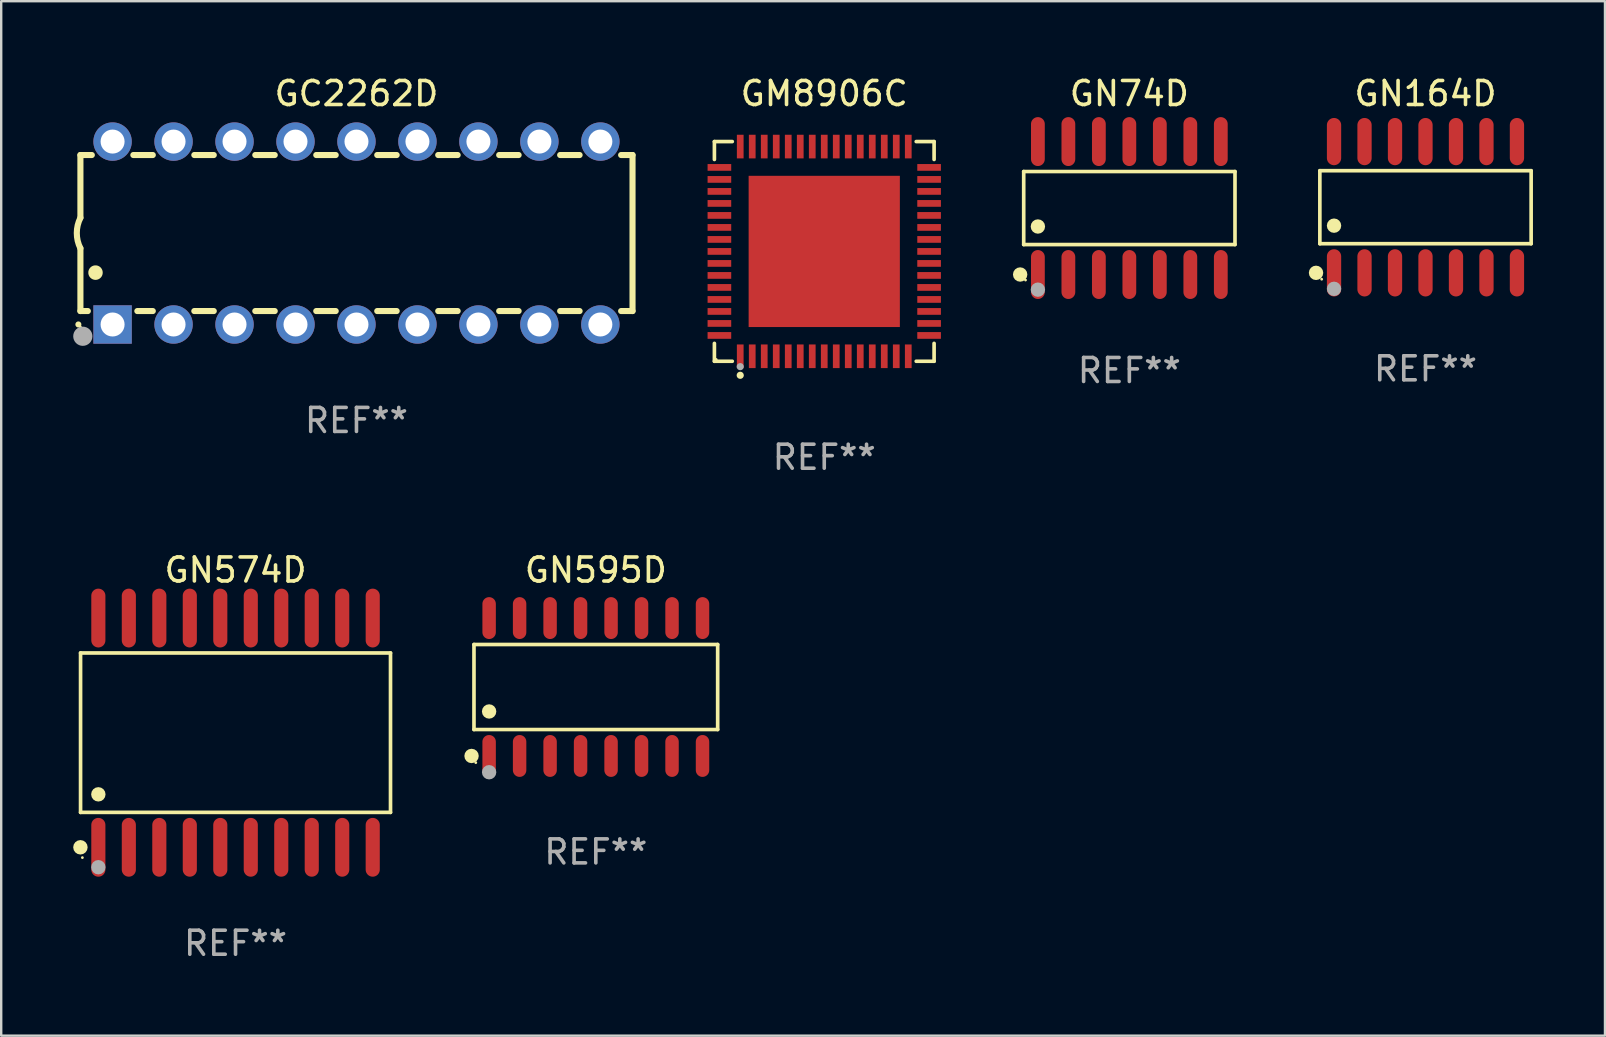
<source format=kicad_pcb>
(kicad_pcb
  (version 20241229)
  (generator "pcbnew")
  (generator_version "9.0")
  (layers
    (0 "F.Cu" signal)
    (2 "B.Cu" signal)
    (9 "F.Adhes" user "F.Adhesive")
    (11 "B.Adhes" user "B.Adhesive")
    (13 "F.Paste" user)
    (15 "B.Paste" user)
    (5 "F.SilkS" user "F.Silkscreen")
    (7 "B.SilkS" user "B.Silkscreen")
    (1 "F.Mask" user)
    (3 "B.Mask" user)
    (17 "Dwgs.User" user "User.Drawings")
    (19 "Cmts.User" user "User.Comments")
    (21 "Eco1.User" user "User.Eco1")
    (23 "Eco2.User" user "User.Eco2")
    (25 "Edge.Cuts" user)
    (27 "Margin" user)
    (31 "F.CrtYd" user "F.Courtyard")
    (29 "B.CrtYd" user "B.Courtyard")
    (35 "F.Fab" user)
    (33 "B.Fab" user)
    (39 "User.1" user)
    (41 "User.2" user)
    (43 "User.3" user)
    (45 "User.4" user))
  (footprint "GN164D"
    (layer "F.Cu")
    (at 56.334 5.582)
    (property "Reference" "GN164D" (at 0 -4.734 0) (layer "F.SilkS") (effects (font (size 1 1) (thickness 0.15))))
    (attr through_hole)
    (fp_line (start -4.401 -1.521) (end 4.401 -1.521) (stroke (width 0.152) (type solid)) (layer "F.SilkS"))
    (fp_line (start -4.401 1.521) (end -4.401 -1.521) (stroke (width 0.152) (type solid)) (layer "F.SilkS"))
    (fp_line (start 4.401 -1.521) (end 4.401 1.521) (stroke (width 0.152) (type solid)) (layer "F.SilkS"))
    (fp_line (start 4.401 1.521) (end -4.401 1.521) (stroke (width 0.152) (type solid)) (layer "F.SilkS"))
    (fp_circle (center -4.56 2.734) (end -4.41 2.734) (stroke (width 0.3) (type solid)) (fill no) (layer "F.SilkS"))
    (fp_circle (center -4.325 3) (end -4.295 3) (stroke (width 0.06) (type solid)) (fill no) (layer "F.SilkS"))
    (fp_circle (center -3.81 0.769) (end -3.66 0.769) (stroke (width 0.3) (type solid)) (fill no) (layer "F.SilkS"))
    (fp_circle (center -3.81 3.4) (end -3.66 3.4) (stroke (width 0.3) (type solid)) (fill no) (layer "F.Fab"))
    (fp_text user "REF**" (at 0 6.734 0) (layer "F.Fab") (effects (font (size 1 1) (thickness 0.15))))
    (pad "1" smd oval (at -3.81 2.734) (size 0.595 1.968) (layers "F.Cu" "F.Mask" "F.Paste"))
    (pad "2" smd oval (at -2.54 2.734) (size 0.595 1.968) (layers "F.Cu" "F.Mask" "F.Paste"))
    (pad "3" smd oval (at -1.27 2.734) (size 0.595 1.968) (layers "F.Cu" "F.Mask" "F.Paste"))
    (pad "4" smd oval (at 0 2.734) (size 0.595 1.968) (layers "F.Cu" "F.Mask" "F.Paste"))
    (pad "5" smd oval (at 1.27 2.734) (size 0.595 1.968) (layers "F.Cu" "F.Mask" "F.Paste"))
    (pad "6" smd oval (at 2.54 2.734) (size 0.595 1.968) (layers "F.Cu" "F.Mask" "F.Paste"))
    (pad "7" smd oval (at 3.81 2.734) (size 0.595 1.968) (layers "F.Cu" "F.Mask" "F.Paste"))
    (pad "8" smd oval (at 3.81 -2.734) (size 0.595 1.968) (layers "F.Cu" "F.Mask" "F.Paste"))
    (pad "9" smd oval (at 2.54 -2.734) (size 0.595 1.968) (layers "F.Cu" "F.Mask" "F.Paste"))
    (pad "10" smd oval (at 1.27 -2.734) (size 0.595 1.968) (layers "F.Cu" "F.Mask" "F.Paste"))
    (pad "11" smd oval (at 0 -2.734) (size 0.595 1.968) (layers "F.Cu" "F.Mask" "F.Paste"))
    (pad "12" smd oval (at -1.27 -2.734) (size 0.595 1.968) (layers "F.Cu" "F.Mask" "F.Paste"))
    (pad "13" smd oval (at -2.54 -2.734) (size 0.595 1.968) (layers "F.Cu" "F.Mask" "F.Paste"))
    (pad "14" smd oval (at -3.81 -2.734) (size 0.595 1.968) (layers "F.Cu" "F.Mask" "F.Paste")))
  (footprint "GN595D"
    (layer "F.Cu")
    (at 21.771 25.57)
    (property "Reference" "GN595D" (at 0 -4.872 0) (layer "F.SilkS") (effects (font (size 1 1) (thickness 0.15))))
    (attr through_hole)
    (fp_line (start -5.076 -1.771) (end 5.076 -1.771) (stroke (width 0.152) (type solid)) (layer "F.SilkS"))
    (fp_line (start -5.076 1.771) (end -5.076 -1.771) (stroke (width 0.152) (type solid)) (layer "F.SilkS"))
    (fp_line (start 5.076 -1.771) (end 5.076 1.771) (stroke (width 0.152) (type solid)) (layer "F.SilkS"))
    (fp_line (start 5.076 1.771) (end -5.076 1.771) (stroke (width 0.152) (type solid)) (layer "F.SilkS"))
    (fp_circle (center -5.177 2.872) (end -5.027 2.872) (stroke (width 0.3) (type solid)) (fill no) (layer "F.SilkS"))
    (fp_circle (center -5 3.15) (end -4.97 3.15) (stroke (width 0.06) (type solid)) (fill no) (layer "F.SilkS"))
    (fp_circle (center -4.445 1.019) (end -4.295 1.019) (stroke (width 0.3) (type solid)) (fill no) (layer "F.SilkS"))
    (fp_circle (center -4.445 3.55) (end -4.295 3.55) (stroke (width 0.3) (type solid)) (fill no) (layer "F.Fab"))
    (fp_text user "REF**" (at 0 6.872 0) (layer "F.Fab") (effects (font (size 1 1) (thickness 0.15))))
    (pad "1" smd oval (at -4.445 2.872) (size 0.56 1.745) (layers "F.Cu" "F.Mask" "F.Paste"))
    (pad "2" smd oval (at -3.175 2.872) (size 0.56 1.745) (layers "F.Cu" "F.Mask" "F.Paste"))
    (pad "3" smd oval (at -1.905 2.872) (size 0.56 1.745) (layers "F.Cu" "F.Mask" "F.Paste"))
    (pad "4" smd oval (at -0.635 2.872) (size 0.56 1.745) (layers "F.Cu" "F.Mask" "F.Paste"))
    (pad "5" smd oval (at 0.635 2.872) (size 0.56 1.745) (layers "F.Cu" "F.Mask" "F.Paste"))
    (pad "6" smd oval (at 1.905 2.872) (size 0.56 1.745) (layers "F.Cu" "F.Mask" "F.Paste"))
    (pad "7" smd oval (at 3.175 2.872) (size 0.56 1.745) (layers "F.Cu" "F.Mask" "F.Paste"))
    (pad "8" smd oval (at 4.445 2.872) (size 0.56 1.745) (layers "F.Cu" "F.Mask" "F.Paste"))
    (pad "9" smd oval (at 4.445 -2.872) (size 0.56 1.745) (layers "F.Cu" "F.Mask" "F.Paste"))
    (pad "10" smd oval (at 3.175 -2.872) (size 0.56 1.745) (layers "F.Cu" "F.Mask" "F.Paste"))
    (pad "11" smd oval (at 1.905 -2.872) (size 0.56 1.745) (layers "F.Cu" "F.Mask" "F.Paste"))
    (pad "12" smd oval (at 0.635 -2.872) (size 0.56 1.745) (layers "F.Cu" "F.Mask" "F.Paste"))
    (pad "13" smd oval (at -0.635 -2.872) (size 0.56 1.745) (layers "F.Cu" "F.Mask" "F.Paste"))
    (pad "14" smd oval (at -1.905 -2.872) (size 0.56 1.745) (layers "F.Cu" "F.Mask" "F.Paste"))
    (pad "15" smd oval (at -3.175 -2.872) (size 0.56 1.745) (layers "F.Cu" "F.Mask" "F.Paste"))
    (pad "16" smd oval (at -4.445 -2.872) (size 0.56 1.745) (layers "F.Cu" "F.Mask" "F.Paste")))
  (footprint "GN574D"
    (layer "F.Cu")
    (at 6.762 27.472)
    (property "Reference" "GN574D" (at 0 -6.775 0) (layer "F.SilkS") (effects (font (size 1 1) (thickness 0.15))))
    (attr through_hole)
    (fp_line (start -6.456 -3.321) (end 6.456 -3.321) (stroke (width 0.152) (type solid)) (layer "F.SilkS"))
    (fp_line (start -6.456 3.321) (end -6.456 -3.321) (stroke (width 0.152) (type solid)) (layer "F.SilkS"))
    (fp_line (start 6.456 -3.321) (end 6.456 3.321) (stroke (width 0.152) (type solid)) (layer "F.SilkS"))
    (fp_line (start 6.456 3.321) (end -6.456 3.321) (stroke (width 0.152) (type solid)) (layer "F.SilkS"))
    (fp_circle (center -6.462 4.775) (end -6.311 4.775) (stroke (width 0.3) (type solid)) (fill no) (layer "F.SilkS"))
    (fp_circle (center -6.38 5.205) (end -6.35 5.205) (stroke (width 0.06) (type solid)) (fill no) (layer "F.SilkS"))
    (fp_circle (center -5.715 2.569) (end -5.565 2.569) (stroke (width 0.3) (type solid)) (fill no) (layer "F.SilkS"))
    (fp_circle (center -5.715 5.605) (end -5.565 5.605) (stroke (width 0.3) (type solid)) (fill no) (layer "F.Fab"))
    (fp_text user "REF**" (at 0 8.775 0) (layer "F.Fab") (effects (font (size 1 1) (thickness 0.15))))
    (pad "1" smd oval (at -5.715 4.775) (size 0.588 2.45) (layers "F.Cu" "F.Mask" "F.Paste"))
    (pad "2" smd oval (at -4.445 4.775) (size 0.588 2.45) (layers "F.Cu" "F.Mask" "F.Paste"))
    (pad "3" smd oval (at -3.175 4.775) (size 0.588 2.45) (layers "F.Cu" "F.Mask" "F.Paste"))
    (pad "4" smd oval (at -1.905 4.775) (size 0.588 2.45) (layers "F.Cu" "F.Mask" "F.Paste"))
    (pad "5" smd oval (at -0.635 4.775) (size 0.588 2.45) (layers "F.Cu" "F.Mask" "F.Paste"))
    (pad "6" smd oval (at 0.635 4.775) (size 0.588 2.45) (layers "F.Cu" "F.Mask" "F.Paste"))
    (pad "7" smd oval (at 1.905 4.775) (size 0.588 2.45) (layers "F.Cu" "F.Mask" "F.Paste"))
    (pad "8" smd oval (at 3.175 4.775) (size 0.588 2.45) (layers "F.Cu" "F.Mask" "F.Paste"))
    (pad "9" smd oval (at 4.445 4.775) (size 0.588 2.45) (layers "F.Cu" "F.Mask" "F.Paste"))
    (pad "10" smd oval (at 5.715 4.775) (size 0.588 2.45) (layers "F.Cu" "F.Mask" "F.Paste"))
    (pad "11" smd oval (at 5.715 -4.775) (size 0.588 2.45) (layers "F.Cu" "F.Mask" "F.Paste"))
    (pad "12" smd oval (at 4.445 -4.775) (size 0.588 2.45) (layers "F.Cu" "F.Mask" "F.Paste"))
    (pad "13" smd oval (at 3.175 -4.775) (size 0.588 2.45) (layers "F.Cu" "F.Mask" "F.Paste"))
    (pad "14" smd oval (at 1.905 -4.775) (size 0.588 2.45) (layers "F.Cu" "F.Mask" "F.Paste"))
    (pad "15" smd oval (at 0.635 -4.775) (size 0.588 2.45) (layers "F.Cu" "F.Mask" "F.Paste"))
    (pad "16" smd oval (at -0.635 -4.775) (size 0.588 2.45) (layers "F.Cu" "F.Mask" "F.Paste"))
    (pad "17" smd oval (at -1.905 -4.775) (size 0.588 2.45) (layers "F.Cu" "F.Mask" "F.Paste"))
    (pad "18" smd oval (at -3.175 -4.775) (size 0.588 2.45) (layers "F.Cu" "F.Mask" "F.Paste"))
    (pad "19" smd oval (at -4.445 -4.775) (size 0.588 2.45) (layers "F.Cu" "F.Mask" "F.Paste"))
    (pad "20" smd oval (at -5.715 -4.775) (size 0.588 2.45) (layers "F.Cu" "F.Mask" "F.Paste")))
  (footprint "GM8906C"
    (layer "F.Cu")
    (at 31.287 7.424)
    (property "Reference" "GM8906C" (at 0 -6.576 0) (layer "F.SilkS") (effects (font (size 1 1) (thickness 0.15))))
    (attr through_hole)
    (fp_line (start -4.576 -4.576) (end -3.831 -4.576) (stroke (width 0.152) (type solid)) (layer "F.SilkS"))
    (fp_line (start -4.576 -3.831) (end -4.576 -4.576) (stroke (width 0.152) (type solid)) (layer "F.SilkS"))
    (fp_line (start -4.576 3.831) (end -4.576 4.576) (stroke (width 0.152) (type solid)) (layer "F.SilkS"))
    (fp_line (start -4.576 4.576) (end -3.831 4.576) (stroke (width 0.152) (type solid)) (layer "F.SilkS"))
    (fp_line (start 4.576 -4.576) (end 3.831 -4.576) (stroke (width 0.152) (type solid)) (layer "F.SilkS"))
    (fp_line (start 4.576 -3.831) (end 4.576 -4.576) (stroke (width 0.152) (type solid)) (layer "F.SilkS"))
    (fp_line (start 4.576 3.831) (end 4.576 4.576) (stroke (width 0.152) (type solid)) (layer "F.SilkS"))
    (fp_line (start 4.576 4.576) (end 3.831 4.576) (stroke (width 0.152) (type solid)) (layer "F.SilkS"))
    (fp_circle (center -4.5 4.5) (end -4.47 4.5) (stroke (width 0.06) (type solid)) (fill no) (layer "F.SilkS"))
    (fp_circle (center -3.5 5.16) (end -3.425 5.16) (stroke (width 0.15) (type solid)) (fill no) (layer "F.SilkS"))
    (fp_circle (center -3.5 4.8) (end -3.425 4.8) (stroke (width 0.15) (type solid)) (fill no) (layer "F.Fab"))
    (fp_text user "REF**" (at 0 8.576 0) (layer "F.Fab") (effects (font (size 1 1) (thickness 0.15))))
    (pad "1" smd rect (at -3.5 4.368) (size 0.28 0.985) (layers "F.Cu" "F.Mask" "F.Paste"))
    (pad "2" smd rect (at -3 4.368) (size 0.28 0.985) (layers "F.Cu" "F.Mask" "F.Paste"))
    (pad "3" smd rect (at -2.5 4.368) (size 0.28 0.985) (layers "F.Cu" "F.Mask" "F.Paste"))
    (pad "4" smd rect (at -2 4.368) (size 0.28 0.985) (layers "F.Cu" "F.Mask" "F.Paste"))
    (pad "5" smd rect (at -1.5 4.368) (size 0.28 0.985) (layers "F.Cu" "F.Mask" "F.Paste"))
    (pad "6" smd rect (at -1 4.368) (size 0.28 0.985) (layers "F.Cu" "F.Mask" "F.Paste"))
    (pad "7" smd rect (at -0.5 4.368) (size 0.28 0.985) (layers "F.Cu" "F.Mask" "F.Paste"))
    (pad "8" smd rect (at 0 4.368) (size 0.28 0.985) (layers "F.Cu" "F.Mask" "F.Paste"))
    (pad "9" smd rect (at 0.5 4.368) (size 0.28 0.985) (layers "F.Cu" "F.Mask" "F.Paste"))
    (pad "10" smd rect (at 1 4.368) (size 0.28 0.985) (layers "F.Cu" "F.Mask" "F.Paste"))
    (pad "11" smd rect (at 1.5 4.368) (size 0.28 0.985) (layers "F.Cu" "F.Mask" "F.Paste"))
    (pad "12" smd rect (at 2 4.368) (size 0.28 0.985) (layers "F.Cu" "F.Mask" "F.Paste"))
    (pad "13" smd rect (at 2.5 4.368) (size 0.28 0.985) (layers "F.Cu" "F.Mask" "F.Paste"))
    (pad "14" smd rect (at 3 4.368) (size 0.28 0.985) (layers "F.Cu" "F.Mask" "F.Paste"))
    (pad "15" smd rect (at 3.5 4.368) (size 0.28 0.985) (layers "F.Cu" "F.Mask" "F.Paste"))
    (pad "16" smd rect (at 4.368 3.5) (size 0.985 0.28) (layers "F.Cu" "F.Mask" "F.Paste"))
    (pad "17" smd rect (at 4.368 3) (size 0.985 0.28) (layers "F.Cu" "F.Mask" "F.Paste"))
    (pad "18" smd rect (at 4.368 2.5) (size 0.985 0.28) (layers "F.Cu" "F.Mask" "F.Paste"))
    (pad "19" smd rect (at 4.368 2) (size 0.985 0.28) (layers "F.Cu" "F.Mask" "F.Paste"))
    (pad "20" smd rect (at 4.368 1.5) (size 0.985 0.28) (layers "F.Cu" "F.Mask" "F.Paste"))
    (pad "21" smd rect (at 4.368 1) (size 0.985 0.28) (layers "F.Cu" "F.Mask" "F.Paste"))
    (pad "22" smd rect (at 4.368 0.5) (size 0.985 0.28) (layers "F.Cu" "F.Mask" "F.Paste"))
    (pad "23" smd rect (at 4.368 0) (size 0.985 0.28) (layers "F.Cu" "F.Mask" "F.Paste"))
    (pad "24" smd rect (at 4.368 -0.5) (size 0.985 0.28) (layers "F.Cu" "F.Mask" "F.Paste"))
    (pad "25" smd rect (at 4.368 -1) (size 0.985 0.28) (layers "F.Cu" "F.Mask" "F.Paste"))
    (pad "26" smd rect (at 4.368 -1.5) (size 0.985 0.28) (layers "F.Cu" "F.Mask" "F.Paste"))
    (pad "27" smd rect (at 4.368 -2) (size 0.985 0.28) (layers "F.Cu" "F.Mask" "F.Paste"))
    (pad "28" smd rect (at 4.368 -2.5) (size 0.985 0.28) (layers "F.Cu" "F.Mask" "F.Paste"))
    (pad "29" smd rect (at 4.368 -3) (size 0.985 0.28) (layers "F.Cu" "F.Mask" "F.Paste"))
    (pad "30" smd rect (at 4.368 -3.5) (size 0.985 0.28) (layers "F.Cu" "F.Mask" "F.Paste"))
    (pad "31" smd rect (at 3.5 -4.368) (size 0.28 0.985) (layers "F.Cu" "F.Mask" "F.Paste"))
    (pad "32" smd rect (at 3 -4.368) (size 0.28 0.985) (layers "F.Cu" "F.Mask" "F.Paste"))
    (pad "33" smd rect (at 2.5 -4.368) (size 0.28 0.985) (layers "F.Cu" "F.Mask" "F.Paste"))
    (pad "34" smd rect (at 2 -4.368) (size 0.28 0.985) (layers "F.Cu" "F.Mask" "F.Paste"))
    (pad "35" smd rect (at 1.5 -4.368) (size 0.28 0.985) (layers "F.Cu" "F.Mask" "F.Paste"))
    (pad "36" smd rect (at 1 -4.368) (size 0.28 0.985) (layers "F.Cu" "F.Mask" "F.Paste"))
    (pad "37" smd rect (at 0.5 -4.368) (size 0.28 0.985) (layers "F.Cu" "F.Mask" "F.Paste"))
    (pad "38" smd rect (at 0 -4.368) (size 0.28 0.985) (layers "F.Cu" "F.Mask" "F.Paste"))
    (pad "39" smd rect (at -0.5 -4.368) (size 0.28 0.985) (layers "F.Cu" "F.Mask" "F.Paste"))
    (pad "40" smd rect (at -1 -4.368) (size 0.28 0.985) (layers "F.Cu" "F.Mask" "F.Paste"))
    (pad "41" smd rect (at -1.5 -4.368) (size 0.28 0.985) (layers "F.Cu" "F.Mask" "F.Paste"))
    (pad "42" smd rect (at -2 -4.368) (size 0.28 0.985) (layers "F.Cu" "F.Mask" "F.Paste"))
    (pad "43" smd rect (at -2.5 -4.368) (size 0.28 0.985) (layers "F.Cu" "F.Mask" "F.Paste"))
    (pad "44" smd rect (at -3 -4.368) (size 0.28 0.985) (layers "F.Cu" "F.Mask" "F.Paste"))
    (pad "45" smd rect (at -3.5 -4.368) (size 0.28 0.985) (layers "F.Cu" "F.Mask" "F.Paste"))
    (pad "46" smd rect (at -4.368 -3.5) (size 0.985 0.28) (layers "F.Cu" "F.Mask" "F.Paste"))
    (pad "47" smd rect (at -4.368 -3) (size 0.985 0.28) (layers "F.Cu" "F.Mask" "F.Paste"))
    (pad "48" smd rect (at -4.368 -2.5) (size 0.985 0.28) (layers "F.Cu" "F.Mask" "F.Paste"))
    (pad "49" smd rect (at -4.368 -2) (size 0.985 0.28) (layers "F.Cu" "F.Mask" "F.Paste"))
    (pad "50" smd rect (at -4.368 -1.5) (size 0.985 0.28) (layers "F.Cu" "F.Mask" "F.Paste"))
    (pad "51" smd rect (at -4.368 -1) (size 0.985 0.28) (layers "F.Cu" "F.Mask" "F.Paste"))
    (pad "52" smd rect (at -4.368 -0.5) (size 0.985 0.28) (layers "F.Cu" "F.Mask" "F.Paste"))
    (pad "53" smd rect (at -4.368 0) (size 0.985 0.28) (layers "F.Cu" "F.Mask" "F.Paste"))
    (pad "54" smd rect (at -4.368 0.5) (size 0.985 0.28) (layers "F.Cu" "F.Mask" "F.Paste"))
    (pad "55" smd rect (at -4.368 1) (size 0.985 0.28) (layers "F.Cu" "F.Mask" "F.Paste"))
    (pad "56" smd rect (at -4.368 1.5) (size 0.985 0.28) (layers "F.Cu" "F.Mask" "F.Paste"))
    (pad "57" smd rect (at -4.368 2) (size 0.985 0.28) (layers "F.Cu" "F.Mask" "F.Paste"))
    (pad "58" smd rect (at -4.368 2.5) (size 0.985 0.28) (layers "F.Cu" "F.Mask" "F.Paste"))
    (pad "59" smd rect (at -4.368 3) (size 0.985 0.28) (layers "F.Cu" "F.Mask" "F.Paste"))
    (pad "60" smd rect (at -4.368 3.5) (size 0.985 0.28) (layers "F.Cu" "F.Mask" "F.Paste"))
    (pad "61" smd rect (at 0 0) (size 6.3 6.3) (layers "F.Cu" "F.Mask" "F.Paste")))
  (footprint "GC2262D"
    (layer "F.Cu")
    (at 11.8 6.658)
    (property "Reference" "GC2262D" (at 0 -5.81 0) (layer "F.SilkS") (effects (font (size 1 1) (thickness 0.15))))
    (attr through_hole)
    (fp_line (start -11.5 -3.25) (end -11.5 -0.635) (stroke (width 0.254) (type solid)) (layer "F.SilkS"))
    (fp_line (start -11.5 3.25) (end -11.5 0.635) (stroke (width 0.254) (type solid)) (layer "F.SilkS"))
    (fp_line (start -11.5 3.25) (end -11.191 3.25) (stroke (width 0.254) (type solid)) (layer "F.SilkS"))
    (fp_line (start -11.025 -3.25) (end -11.5 -3.25) (stroke (width 0.254) (type solid)) (layer "F.SilkS"))
    (fp_line (start -9.129 3.25) (end -8.485 3.25) (stroke (width 0.254) (type solid)) (layer "F.SilkS"))
    (fp_line (start -8.485 -3.25) (end -9.295 -3.25) (stroke (width 0.254) (type solid)) (layer "F.SilkS"))
    (fp_line (start -6.755 3.25) (end -5.945 3.25) (stroke (width 0.254) (type solid)) (layer "F.SilkS"))
    (fp_line (start -5.945 -3.25) (end -6.755 -3.25) (stroke (width 0.254) (type solid)) (layer "F.SilkS"))
    (fp_line (start -4.215 3.25) (end -3.405 3.25) (stroke (width 0.254) (type solid)) (layer "F.SilkS"))
    (fp_line (start -3.405 -3.25) (end -4.215 -3.25) (stroke (width 0.254) (type solid)) (layer "F.SilkS"))
    (fp_line (start -1.675 3.25) (end -0.865 3.25) (stroke (width 0.254) (type solid)) (layer "F.SilkS"))
    (fp_line (start -0.865 -3.25) (end -1.675 -3.25) (stroke (width 0.254) (type solid)) (layer "F.SilkS"))
    (fp_line (start 0.865 3.25) (end 1.675 3.25) (stroke (width 0.254) (type solid)) (layer "F.SilkS"))
    (fp_line (start 1.675 -3.25) (end 0.865 -3.25) (stroke (width 0.254) (type solid)) (layer "F.SilkS"))
    (fp_line (start 3.405 3.25) (end 4.215 3.25) (stroke (width 0.254) (type solid)) (layer "F.SilkS"))
    (fp_line (start 4.215 -3.25) (end 3.405 -3.25) (stroke (width 0.254) (type solid)) (layer "F.SilkS"))
    (fp_line (start 5.945 3.25) (end 6.755 3.25) (stroke (width 0.254) (type solid)) (layer "F.SilkS"))
    (fp_line (start 6.755 -3.25) (end 5.945 -3.25) (stroke (width 0.254) (type solid)) (layer "F.SilkS"))
    (fp_line (start 8.485 3.25) (end 9.295 3.25) (stroke (width 0.254) (type solid)) (layer "F.SilkS"))
    (fp_line (start 9.295 -3.25) (end 8.485 -3.25) (stroke (width 0.254) (type solid)) (layer "F.SilkS"))
    (fp_line (start 11.025 3.25) (end 11.5 3.25) (stroke (width 0.254) (type solid)) (layer "F.SilkS"))
    (fp_line (start 11.5 -3.25) (end 11.025 -3.25) (stroke (width 0.254) (type solid)) (layer "F.SilkS"))
    (fp_line (start 11.5 -3.25) (end 11.5 3.25) (stroke (width 0.254) (type solid)) (layer "F.SilkS"))
    (fp_arc (start -11.584963 3.810008) (mid -11.58497 3.808738) (end -11.584963 3.807468) (stroke (width 0.25) (type solid)) (layer "F.SilkS"))
    (fp_arc (start -11.501143 0.635001) (mid -11.650665 -0.000132) (end -11.500025 -0.635001) (stroke (width 0.254001) (type solid)) (layer "F.SilkS"))
    (fp_arc (start -10.871222 1.651003) (mid -10.871233 1.648463) (end -10.871222 1.645923) (stroke (width 0.6) (type solid)) (layer "F.SilkS"))
    (fp_circle (center -11.5 3.91) (end -11.47 3.91) (stroke (width 0.06) (type solid)) (fill no) (layer "F.SilkS"))
    (fp_circle (center -11.4 4.3) (end -11.2 4.3) (stroke (width 0.4) (type solid)) (fill no) (layer "F.Fab"))
    (fp_text user "REF**" (at 0 7.81 0) (layer "F.Fab") (effects (font (size 1 1) (thickness 0.15))))
    (pad "1" thru_hole rect (at -10.16 3.81 90) (size 1.6 1.6) (drill 1) (layers "*.Cu" "*.Mask"))
    (pad "2" thru_hole circle (at -7.62 3.81 90) (size 1.6 1.6) (drill 1) (layers "*.Cu" "*.Mask"))
    (pad "3" thru_hole circle (at -5.08 3.81 90) (size 1.6 1.6) (drill 1) (layers "*.Cu" "*.Mask"))
    (pad "4" thru_hole circle (at -2.54 3.81 90) (size 1.6 1.6) (drill 1) (layers "*.Cu" "*.Mask"))
    (pad "5" thru_hole circle (at 0 3.81 90) (size 1.6 1.6) (drill 1) (layers "*.Cu" "*.Mask"))
    (pad "6" thru_hole circle (at 2.54 3.81 90) (size 1.6 1.6) (drill 1) (layers "*.Cu" "*.Mask"))
    (pad "7" thru_hole circle (at 5.08 3.81 90) (size 1.6 1.6) (drill 1) (layers "*.Cu" "*.Mask"))
    (pad "8" thru_hole circle (at 7.62 3.81 90) (size 1.6 1.6) (drill 1) (layers "*.Cu" "*.Mask"))
    (pad "9" thru_hole circle (at 10.16 3.81 90) (size 1.6 1.6) (drill 1) (layers "*.Cu" "*.Mask"))
    (pad "10" thru_hole circle (at 10.16 -3.81 90) (size 1.6 1.6) (drill 1) (layers "*.Cu" "*.Mask"))
    (pad "11" thru_hole circle (at 7.62 -3.81 90) (size 1.6 1.6) (drill 1) (layers "*.Cu" "*.Mask"))
    (pad "12" thru_hole circle (at 5.08 -3.81 90) (size 1.6 1.6) (drill 1) (layers "*.Cu" "*.Mask"))
    (pad "13" thru_hole circle (at 2.54 -3.81 90) (size 1.6 1.6) (drill 1) (layers "*.Cu" "*.Mask"))
    (pad "14" thru_hole circle (at 0 -3.81 90) (size 1.6 1.6) (drill 1) (layers "*.Cu" "*.Mask"))
    (pad "15" thru_hole circle (at -2.54 -3.81 90) (size 1.6 1.6) (drill 1) (layers "*.Cu" "*.Mask"))
    (pad "16" thru_hole circle (at -5.08 -3.81 90) (size 1.6 1.6) (drill 1) (layers "*.Cu" "*.Mask"))
    (pad "17" thru_hole circle (at -7.62 -3.81 90) (size 1.6 1.6) (drill 1) (layers "*.Cu" "*.Mask"))
    (pad "18" thru_hole circle (at -10.16 -3.81 90) (size 1.6 1.6) (drill 1) (layers "*.Cu" "*.Mask")))
  (footprint "GN74D"
    (layer "F.Cu")
    (at 43.997 5.617)
    (property "Reference" "GN74D" (at 0 -4.769 0) (layer "F.SilkS") (effects (font (size 1 1) (thickness 0.15))))
    (attr through_hole)
    (fp_line (start -4.401 -1.521) (end 4.401 -1.521) (stroke (width 0.152) (type solid)) (layer "F.SilkS"))
    (fp_line (start -4.401 1.521) (end -4.401 -1.521) (stroke (width 0.152) (type solid)) (layer "F.SilkS"))
    (fp_line (start 4.401 -1.521) (end 4.401 1.521) (stroke (width 0.152) (type solid)) (layer "F.SilkS"))
    (fp_line (start 4.401 1.521) (end -4.401 1.521) (stroke (width 0.152) (type solid)) (layer "F.SilkS"))
    (fp_circle (center -4.549 2.769) (end -4.399 2.769) (stroke (width 0.3) (type solid)) (fill no) (layer "F.SilkS"))
    (fp_circle (center -4.325 3) (end -4.295 3) (stroke (width 0.06) (type solid)) (fill no) (layer "F.SilkS"))
    (fp_circle (center -3.81 0.769) (end -3.66 0.769) (stroke (width 0.3) (type solid)) (fill no) (layer "F.SilkS"))
    (fp_circle (center -3.81 3.4) (end -3.66 3.4) (stroke (width 0.3) (type solid)) (fill no) (layer "F.Fab"))
    (fp_text user "REF**" (at 0 6.769 0) (layer "F.Fab") (effects (font (size 1 1) (thickness 0.15))))
    (pad "1" smd oval (at -3.81 2.769) (size 0.574 2.038) (layers "F.Cu" "F.Mask" "F.Paste"))
    (pad "2" smd oval (at -2.54 2.769) (size 0.574 2.038) (layers "F.Cu" "F.Mask" "F.Paste"))
    (pad "3" smd oval (at -1.27 2.769) (size 0.574 2.038) (layers "F.Cu" "F.Mask" "F.Paste"))
    (pad "4" smd oval (at 0 2.769) (size 0.574 2.038) (layers "F.Cu" "F.Mask" "F.Paste"))
    (pad "5" smd oval (at 1.27 2.769) (size 0.574 2.038) (layers "F.Cu" "F.Mask" "F.Paste"))
    (pad "6" smd oval (at 2.54 2.769) (size 0.574 2.038) (layers "F.Cu" "F.Mask" "F.Paste"))
    (pad "7" smd oval (at 3.81 2.769) (size 0.574 2.038) (layers "F.Cu" "F.Mask" "F.Paste"))
    (pad "8" smd oval (at 3.81 -2.769) (size 0.574 2.038) (layers "F.Cu" "F.Mask" "F.Paste"))
    (pad "9" smd oval (at 2.54 -2.769) (size 0.574 2.038) (layers "F.Cu" "F.Mask" "F.Paste"))
    (pad "10" smd oval (at 1.27 -2.769) (size 0.574 2.038) (layers "F.Cu" "F.Mask" "F.Paste"))
    (pad "11" smd oval (at 0 -2.769) (size 0.574 2.038) (layers "F.Cu" "F.Mask" "F.Paste"))
    (pad "12" smd oval (at -1.27 -2.769) (size 0.574 2.038) (layers "F.Cu" "F.Mask" "F.Paste"))
    (pad "13" smd oval (at -2.54 -2.769) (size 0.574 2.038) (layers "F.Cu" "F.Mask" "F.Paste"))
    (pad "14" smd oval (at -3.81 -2.769) (size 0.574 2.038) (layers "F.Cu" "F.Mask" "F.Paste")))
  (gr_rect
    (start -3 -3)
    (end 63.811 40.095)
    (stroke (width 0.1) (type default))
    (fill no)
    (layer "Edge.Cuts")))
</source>
